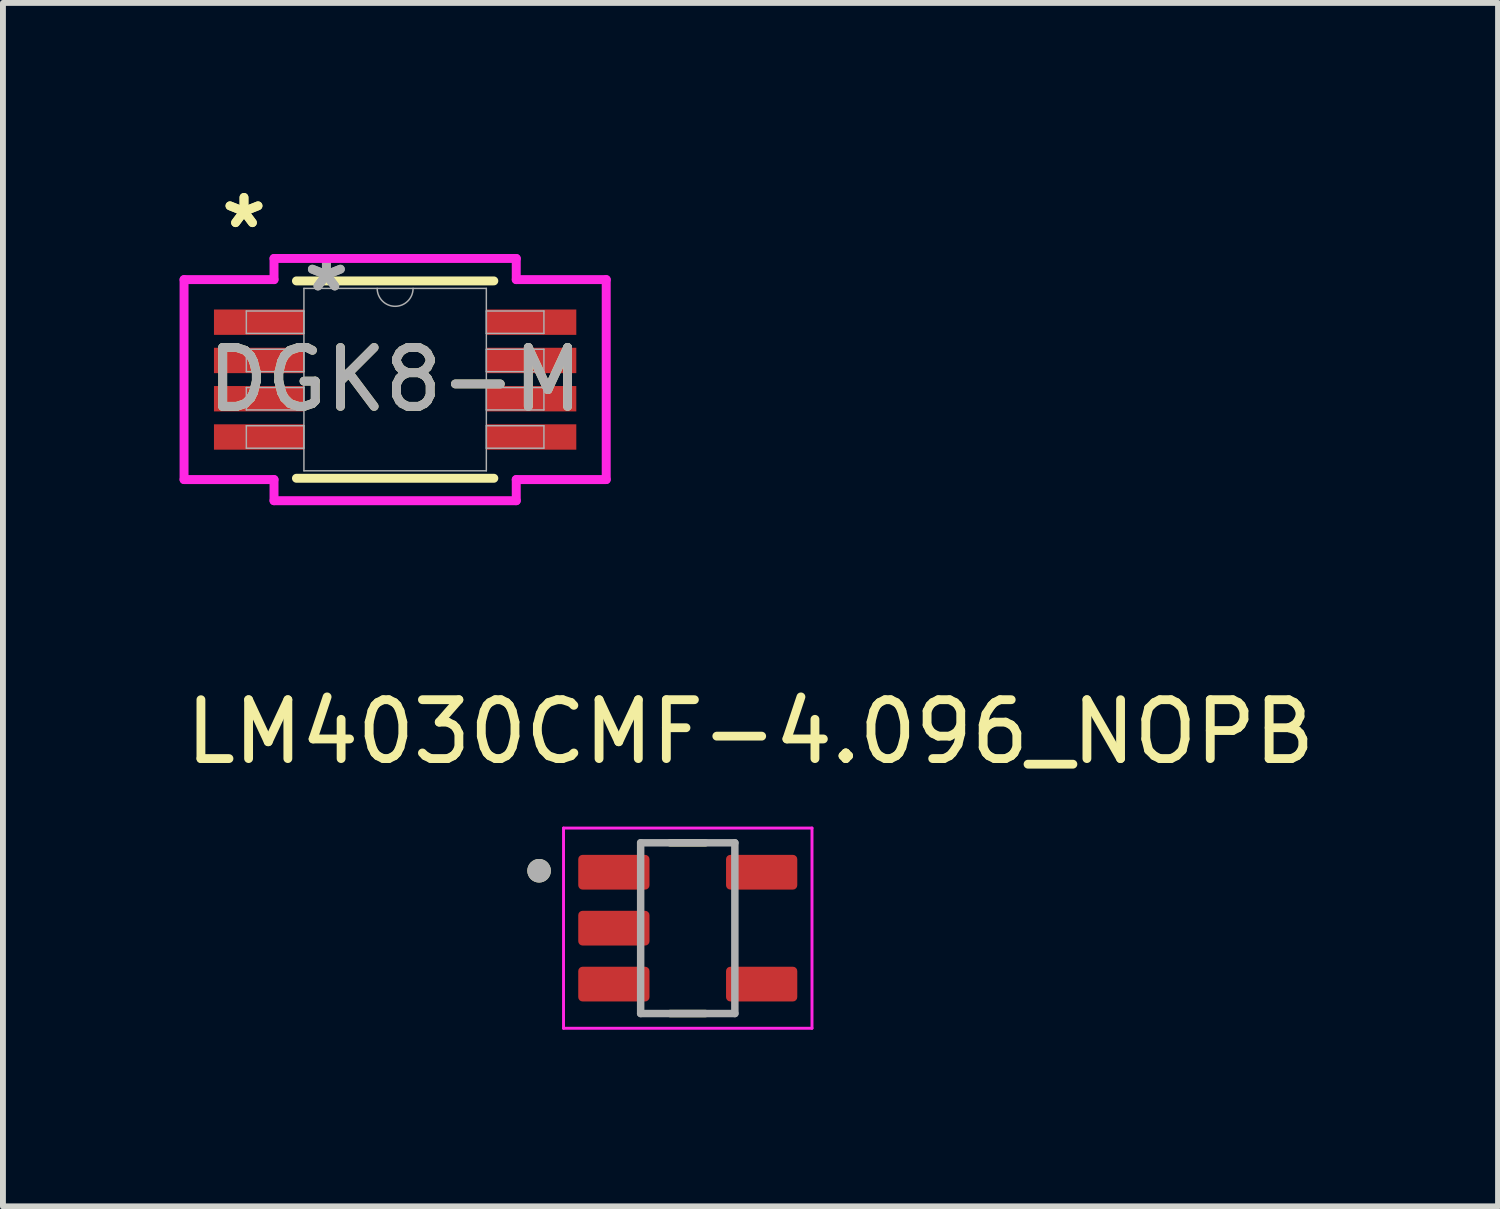
<source format=kicad_pcb>
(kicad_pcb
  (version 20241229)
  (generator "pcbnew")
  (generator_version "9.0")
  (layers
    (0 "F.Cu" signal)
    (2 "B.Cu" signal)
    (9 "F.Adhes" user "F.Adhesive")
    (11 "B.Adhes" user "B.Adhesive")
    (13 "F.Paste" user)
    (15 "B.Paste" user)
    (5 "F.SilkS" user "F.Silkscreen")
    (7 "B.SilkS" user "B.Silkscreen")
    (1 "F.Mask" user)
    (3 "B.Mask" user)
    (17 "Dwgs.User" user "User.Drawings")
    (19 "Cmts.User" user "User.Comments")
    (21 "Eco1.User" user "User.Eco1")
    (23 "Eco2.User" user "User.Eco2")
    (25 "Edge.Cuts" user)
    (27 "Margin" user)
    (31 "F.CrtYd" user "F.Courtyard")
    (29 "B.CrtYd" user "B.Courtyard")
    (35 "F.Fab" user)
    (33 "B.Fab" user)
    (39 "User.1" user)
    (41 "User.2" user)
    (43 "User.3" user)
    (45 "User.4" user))
  (footprint "DGK8-M"
    (layer "F.Cu")
    (at 3.661 3.397)
    (property "Reference" "DGK8-M" (at 0 0 0) (unlocked yes) (layer "F.SilkS") (effects (font (size 1 1) (thickness 0.15))))
    (attr smd)
    (fp_line (start -1.676 1.676) (end 1.676 1.676) (stroke (width 0.152) (type solid)) (layer "F.SilkS"))
    (fp_line (start 1.676 -1.676) (end -1.676 -1.676) (stroke (width 0.152) (type solid)) (layer "F.SilkS"))
    (fp_line (start -3.585 -1.698) (end -2.057 -1.698) (stroke (width 0.152) (type solid)) (layer "F.CrtYd"))
    (fp_line (start -3.585 1.698) (end -3.585 -1.698) (stroke (width 0.152) (type solid)) (layer "F.CrtYd"))
    (fp_line (start -3.585 1.698) (end -2.057 1.698) (stroke (width 0.152) (type solid)) (layer "F.CrtYd"))
    (fp_line (start -2.057 -2.057) (end 2.057 -2.057) (stroke (width 0.152) (type solid)) (layer "F.CrtYd"))
    (fp_line (start -2.057 -1.698) (end -2.057 -2.057) (stroke (width 0.152) (type solid)) (layer "F.CrtYd"))
    (fp_line (start -2.057 2.057) (end -2.057 1.698) (stroke (width 0.152) (type solid)) (layer "F.CrtYd"))
    (fp_line (start 2.057 -2.057) (end 2.057 -1.698) (stroke (width 0.152) (type solid)) (layer "F.CrtYd"))
    (fp_line (start 2.057 1.698) (end 2.057 2.057) (stroke (width 0.152) (type solid)) (layer "F.CrtYd"))
    (fp_line (start 2.057 2.057) (end -2.057 2.057) (stroke (width 0.152) (type solid)) (layer "F.CrtYd"))
    (fp_line (start 3.585 -1.698) (end 2.057 -1.698) (stroke (width 0.152) (type solid)) (layer "F.CrtYd"))
    (fp_line (start 3.585 -1.698) (end 3.585 1.698) (stroke (width 0.152) (type solid)) (layer "F.CrtYd"))
    (fp_line (start 3.585 1.698) (end 2.057 1.698) (stroke (width 0.152) (type solid)) (layer "F.CrtYd"))
    (fp_line (start -2.527 -1.165) (end -2.527 -0.784) (stroke (width 0.025) (type solid)) (layer "F.Fab"))
    (fp_line (start -2.527 -0.784) (end -1.549 -0.784) (stroke (width 0.025) (type solid)) (layer "F.Fab"))
    (fp_line (start -2.527 -0.515) (end -2.527 -0.135) (stroke (width 0.025) (type solid)) (layer "F.Fab"))
    (fp_line (start -2.527 -0.135) (end -1.549 -0.135) (stroke (width 0.025) (type solid)) (layer "F.Fab"))
    (fp_line (start -2.527 0.135) (end -2.527 0.515) (stroke (width 0.025) (type solid)) (layer "F.Fab"))
    (fp_line (start -2.527 0.515) (end -1.549 0.515) (stroke (width 0.025) (type solid)) (layer "F.Fab"))
    (fp_line (start -2.527 0.784) (end -2.527 1.165) (stroke (width 0.025) (type solid)) (layer "F.Fab"))
    (fp_line (start -2.527 1.165) (end -1.549 1.165) (stroke (width 0.025) (type solid)) (layer "F.Fab"))
    (fp_line (start -1.549 -1.549) (end -1.549 1.549) (stroke (width 0.025) (type solid)) (layer "F.Fab"))
    (fp_line (start -1.549 -1.165) (end -2.527 -1.165) (stroke (width 0.025) (type solid)) (layer "F.Fab"))
    (fp_line (start -1.549 -0.784) (end -1.549 -1.165) (stroke (width 0.025) (type solid)) (layer "F.Fab"))
    (fp_line (start -1.549 -0.515) (end -2.527 -0.515) (stroke (width 0.025) (type solid)) (layer "F.Fab"))
    (fp_line (start -1.549 -0.135) (end -1.549 -0.515) (stroke (width 0.025) (type solid)) (layer "F.Fab"))
    (fp_line (start -1.549 0.135) (end -2.527 0.135) (stroke (width 0.025) (type solid)) (layer "F.Fab"))
    (fp_line (start -1.549 0.515) (end -1.549 0.135) (stroke (width 0.025) (type solid)) (layer "F.Fab"))
    (fp_line (start -1.549 0.784) (end -2.527 0.784) (stroke (width 0.025) (type solid)) (layer "F.Fab"))
    (fp_line (start -1.549 1.165) (end -1.549 0.784) (stroke (width 0.025) (type solid)) (layer "F.Fab"))
    (fp_line (start -1.549 1.549) (end 1.549 1.549) (stroke (width 0.025) (type solid)) (layer "F.Fab"))
    (fp_line (start 1.549 -1.549) (end -1.549 -1.549) (stroke (width 0.025) (type solid)) (layer "F.Fab"))
    (fp_line (start 1.549 -1.165) (end 1.549 -0.784) (stroke (width 0.025) (type solid)) (layer "F.Fab"))
    (fp_line (start 1.549 -0.784) (end 2.527 -0.784) (stroke (width 0.025) (type solid)) (layer "F.Fab"))
    (fp_line (start 1.549 -0.515) (end 1.549 -0.135) (stroke (width 0.025) (type solid)) (layer "F.Fab"))
    (fp_line (start 1.549 -0.135) (end 2.527 -0.135) (stroke (width 0.025) (type solid)) (layer "F.Fab"))
    (fp_line (start 1.549 0.135) (end 1.549 0.515) (stroke (width 0.025) (type solid)) (layer "F.Fab"))
    (fp_line (start 1.549 0.515) (end 2.527 0.515) (stroke (width 0.025) (type solid)) (layer "F.Fab"))
    (fp_line (start 1.549 0.784) (end 1.549 1.165) (stroke (width 0.025) (type solid)) (layer "F.Fab"))
    (fp_line (start 1.549 1.165) (end 2.527 1.165) (stroke (width 0.025) (type solid)) (layer "F.Fab"))
    (fp_line (start 1.549 1.549) (end 1.549 -1.549) (stroke (width 0.025) (type solid)) (layer "F.Fab"))
    (fp_line (start 2.527 -1.165) (end 1.549 -1.165) (stroke (width 0.025) (type solid)) (layer "F.Fab"))
    (fp_line (start 2.527 -0.784) (end 2.527 -1.165) (stroke (width 0.025) (type solid)) (layer "F.Fab"))
    (fp_line (start 2.527 -0.515) (end 1.549 -0.515) (stroke (width 0.025) (type solid)) (layer "F.Fab"))
    (fp_line (start 2.527 -0.135) (end 2.527 -0.515) (stroke (width 0.025) (type solid)) (layer "F.Fab"))
    (fp_line (start 2.527 0.135) (end 1.549 0.135) (stroke (width 0.025) (type solid)) (layer "F.Fab"))
    (fp_line (start 2.527 0.515) (end 2.527 0.135) (stroke (width 0.025) (type solid)) (layer "F.Fab"))
    (fp_line (start 2.527 0.784) (end 1.549 0.784) (stroke (width 0.025) (type solid)) (layer "F.Fab"))
    (fp_line (start 2.527 1.165) (end 2.527 0.784) (stroke (width 0.025) (type solid)) (layer "F.Fab"))
    (fp_arc (start 0.3048 -1.5494) (mid 0 -1.2446) (end -0.3048 -1.5494) (stroke (width 0.0254) (type solid)) (layer "F.Fab"))
    (fp_text user "*" (at -2.567 -2.549 0) (unlocked yes) (layer "F.SilkS") (effects (font (size 1 1) (thickness 0.15))))
    (fp_text user "*" (at -2.567 -2.549 0) (layer "F.SilkS") (effects (font (size 1 1) (thickness 0.15))))
    (fp_text user "*" (at -1.168 -1.473 0) (layer "F.Fab") (effects (font (size 1 1) (thickness 0.15))))
    (fp_text user "${REFERENCE}" (at 0 0 0) (unlocked yes) (layer "F.Fab") (effects (font (size 1 1) (thickness 0.15))))
    (fp_text user "*" (at -1.168 -1.473 0) (unlocked yes) (layer "F.Fab") (effects (font (size 1 1) (thickness 0.15))))
    (pad "1" smd rect (at -2.313 -0.975) (size 1.528 0.431) (layers "F.Cu" "F.Mask" "F.Paste"))
    (pad "2" smd rect (at -2.313 -0.325) (size 1.528 0.431) (layers "F.Cu" "F.Mask" "F.Paste"))
    (pad "3" smd rect (at -2.313 0.325) (size 1.528 0.431) (layers "F.Cu" "F.Mask" "F.Paste"))
    (pad "4" smd rect (at -2.313 0.975) (size 1.528 0.431) (layers "F.Cu" "F.Mask" "F.Paste"))
    (pad "5" smd rect (at 2.313 0.975) (size 1.528 0.431) (layers "F.Cu" "F.Mask" "F.Paste"))
    (pad "6" smd rect (at 2.313 0.325) (size 1.528 0.431) (layers "F.Cu" "F.Mask" "F.Paste"))
    (pad "7" smd rect (at 2.313 -0.325) (size 1.528 0.431) (layers "F.Cu" "F.Mask" "F.Paste"))
    (pad "8" smd rect (at 2.313 -0.975) (size 1.528 0.431) (layers "F.Cu" "F.Mask" "F.Paste")))
  (footprint "LM4030CMF-4.096_NOPB"
    (layer "F.Cu")
    (at 8.631 12.714)
    (property "Reference" "LM4030CMF-4.096_NOPB" (at 1.065 -3.335 0) (layer "F.SilkS") (effects (font (size 1 1) (thickness 0.15))))
    (attr smd)
    (fp_line (start -0.3 -1.45) (end 0.3 -1.45) (stroke (width 0.127) (type solid)) (layer "F.SilkS"))
    (fp_line (start -0.3 1.45) (end 0.3 1.45) (stroke (width 0.127) (type solid)) (layer "F.SilkS"))
    (fp_circle (center -2.525 -0.975) (end -2.425 -0.975) (stroke (width 0.2) (type solid)) (fill no) (layer "F.SilkS"))
    (fp_line (start -2.11 -1.7) (end -2.11 1.7) (stroke (width 0.05) (type solid)) (layer "F.CrtYd"))
    (fp_line (start -2.11 1.7) (end 2.11 1.7) (stroke (width 0.05) (type solid)) (layer "F.CrtYd"))
    (fp_line (start 2.11 -1.7) (end -2.11 -1.7) (stroke (width 0.05) (type solid)) (layer "F.CrtYd"))
    (fp_line (start 2.11 1.7) (end 2.11 -1.7) (stroke (width 0.05) (type solid)) (layer "F.CrtYd"))
    (fp_line (start -0.8 -1.45) (end 0.8 -1.45) (stroke (width 0.127) (type solid)) (layer "F.Fab"))
    (fp_line (start -0.8 1.45) (end -0.8 -1.45) (stroke (width 0.127) (type solid)) (layer "F.Fab"))
    (fp_line (start 0.8 -1.45) (end 0.8 1.45) (stroke (width 0.127) (type solid)) (layer "F.Fab"))
    (fp_line (start 0.8 1.45) (end -0.8 1.45) (stroke (width 0.127) (type solid)) (layer "F.Fab"))
    (fp_circle (center -2.525 -0.975) (end -2.425 -0.975) (stroke (width 0.2) (type solid)) (fill no) (layer "F.Fab"))
    (pad "1" smd roundrect (at -1.255 -0.95) (size 1.21 0.59) (layers "F.Cu" "F.Mask" "F.Paste") (roundrect_rratio 0.125))
    (pad "2" smd roundrect (at -1.255 0) (size 1.21 0.59) (layers "F.Cu" "F.Mask" "F.Paste") (roundrect_rratio 0.125))
    (pad "3" smd roundrect (at -1.255 0.95) (size 1.21 0.59) (layers "F.Cu" "F.Mask" "F.Paste") (roundrect_rratio 0.125))
    (pad "4" smd roundrect (at 1.255 0.95) (size 1.21 0.59) (layers "F.Cu" "F.Mask" "F.Paste") (roundrect_rratio 0.125))
    (pad "5" smd roundrect (at 1.255 -0.95) (size 1.21 0.59) (layers "F.Cu" "F.Mask" "F.Paste") (roundrect_rratio 0.125)))
  (gr_rect
    (start -3 -3)
    (end 22.393 17.439)
    (stroke (width 0.1) (type default))
    (fill no)
    (layer "Edge.Cuts")))
</source>
